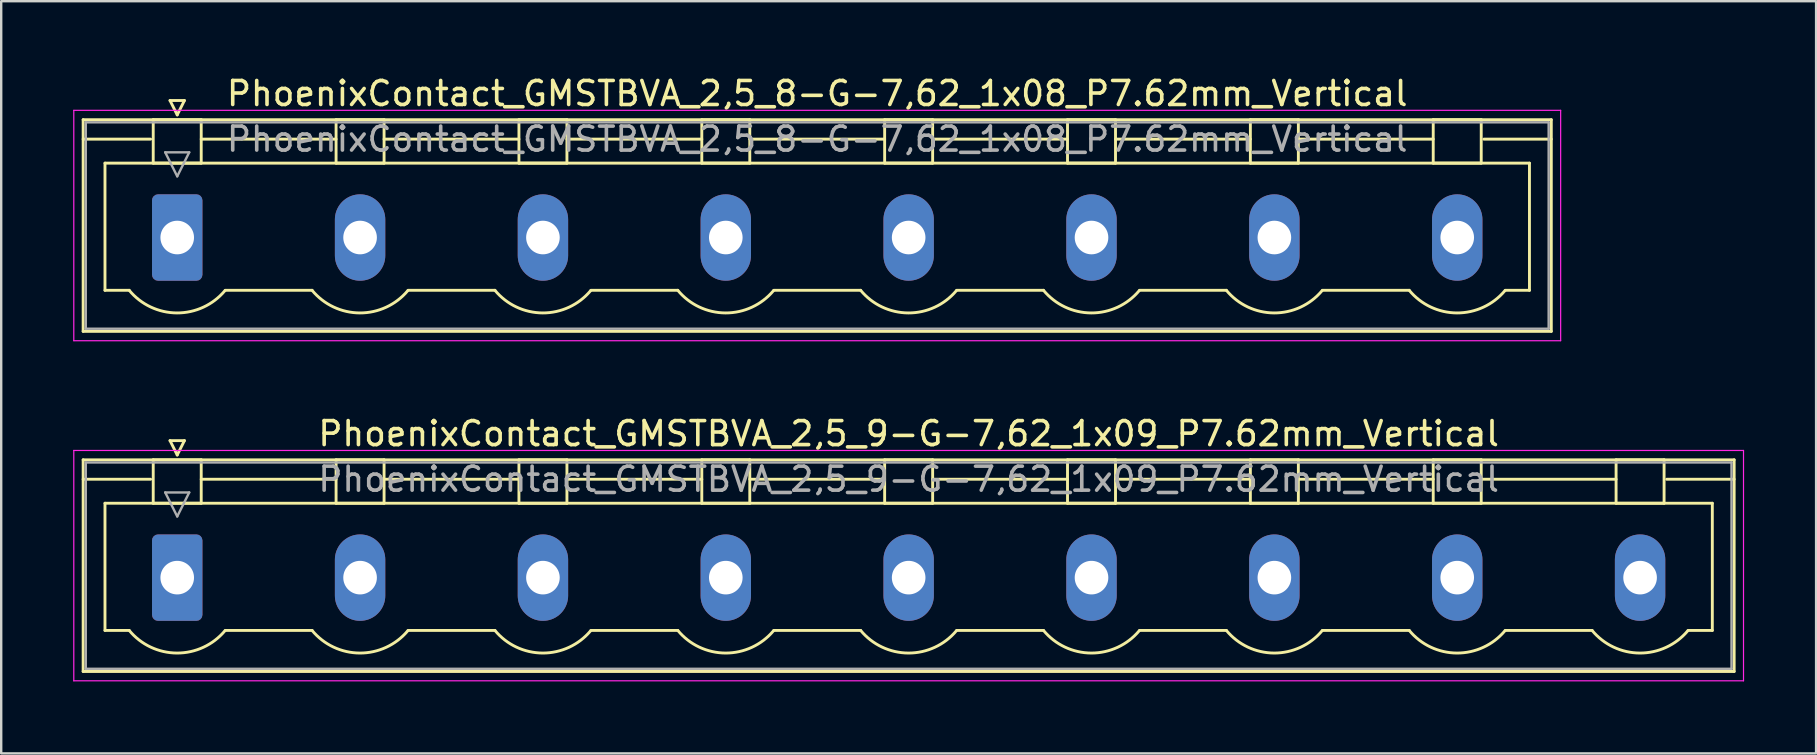
<source format=kicad_pcb>
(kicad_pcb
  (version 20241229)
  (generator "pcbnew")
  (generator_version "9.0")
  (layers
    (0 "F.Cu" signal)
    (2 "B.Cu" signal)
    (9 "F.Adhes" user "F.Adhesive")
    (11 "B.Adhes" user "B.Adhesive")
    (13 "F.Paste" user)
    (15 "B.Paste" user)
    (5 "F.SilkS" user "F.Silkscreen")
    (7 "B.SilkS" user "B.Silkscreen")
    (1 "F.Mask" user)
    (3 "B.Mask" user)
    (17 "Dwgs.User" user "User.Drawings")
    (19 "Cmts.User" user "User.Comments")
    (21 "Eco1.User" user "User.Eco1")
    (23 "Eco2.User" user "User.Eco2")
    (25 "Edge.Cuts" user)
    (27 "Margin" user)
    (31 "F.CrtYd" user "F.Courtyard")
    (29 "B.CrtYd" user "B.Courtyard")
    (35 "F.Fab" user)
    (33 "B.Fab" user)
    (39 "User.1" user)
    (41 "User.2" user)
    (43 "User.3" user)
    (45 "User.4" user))
  (footprint "PhoenixContact_GMSTBVA_2,5_8-G-7,62_1x08_P7.62mm_Vertical"
    (layer "F.Cu")
    (at 4.335 6.848)
    (property "Reference" "PhoenixContact_GMSTBVA_2,5_8-G-7,62_1x08_P7.62mm_Vertical" (at 26.67 -6 0) (layer "F.SilkS") (effects (font (size 1 1) (thickness 0.15))))
    (attr through_hole)
    (fp_line (start -3.92 -4.91) (end -3.92 3.91) (stroke (width 0.12) (type solid)) (layer "F.SilkS"))
    (fp_line (start -3.92 -4.1) (end -1.11 -4.1) (stroke (width 0.12) (type solid)) (layer "F.SilkS"))
    (fp_line (start -3.92 3.91) (end 57.26 3.91) (stroke (width 0.12) (type solid)) (layer "F.SilkS"))
    (fp_line (start -3.01 -3.1) (end 56.35 -3.1) (stroke (width 0.12) (type solid)) (layer "F.SilkS"))
    (fp_line (start -3.01 2.2) (end -3.01 -3.1) (stroke (width 0.12) (type solid)) (layer "F.SilkS"))
    (fp_line (start -2 2.2) (end -3.01 2.2) (stroke (width 0.12) (type solid)) (layer "F.SilkS"))
    (fp_line (start -1 -4.91) (end 1 -4.91) (stroke (width 0.12) (type solid)) (layer "F.SilkS"))
    (fp_line (start -1 -3.1) (end -1 -4.91) (stroke (width 0.12) (type solid)) (layer "F.SilkS"))
    (fp_line (start -0.3 -5.71) (end 0.3 -5.71) (stroke (width 0.12) (type solid)) (layer "F.SilkS"))
    (fp_line (start 0 -5.11) (end -0.3 -5.71) (stroke (width 0.12) (type solid)) (layer "F.SilkS"))
    (fp_line (start 0.3 -5.71) (end 0 -5.11) (stroke (width 0.12) (type solid)) (layer "F.SilkS"))
    (fp_line (start 1 -4.91) (end 1 -3.1) (stroke (width 0.12) (type solid)) (layer "F.SilkS"))
    (fp_line (start 1 -4.1) (end 6.62 -4.1) (stroke (width 0.12) (type solid)) (layer "F.SilkS"))
    (fp_line (start 1 -3.1) (end -1 -3.1) (stroke (width 0.12) (type solid)) (layer "F.SilkS"))
    (fp_line (start 2 2.2) (end 5.62 2.2) (stroke (width 0.12) (type solid)) (layer "F.SilkS"))
    (fp_line (start 6.62 -4.91) (end 8.62 -4.91) (stroke (width 0.12) (type solid)) (layer "F.SilkS"))
    (fp_line (start 6.62 -3.1) (end 6.62 -4.91) (stroke (width 0.12) (type solid)) (layer "F.SilkS"))
    (fp_line (start 8.62 -4.91) (end 8.62 -3.1) (stroke (width 0.12) (type solid)) (layer "F.SilkS"))
    (fp_line (start 8.62 -4.1) (end 14.24 -4.1) (stroke (width 0.12) (type solid)) (layer "F.SilkS"))
    (fp_line (start 8.62 -3.1) (end 6.62 -3.1) (stroke (width 0.12) (type solid)) (layer "F.SilkS"))
    (fp_line (start 9.62 2.2) (end 13.24 2.2) (stroke (width 0.12) (type solid)) (layer "F.SilkS"))
    (fp_line (start 14.24 -4.91) (end 16.24 -4.91) (stroke (width 0.12) (type solid)) (layer "F.SilkS"))
    (fp_line (start 14.24 -3.1) (end 14.24 -4.91) (stroke (width 0.12) (type solid)) (layer "F.SilkS"))
    (fp_line (start 16.24 -4.91) (end 16.24 -3.1) (stroke (width 0.12) (type solid)) (layer "F.SilkS"))
    (fp_line (start 16.24 -4.1) (end 21.86 -4.1) (stroke (width 0.12) (type solid)) (layer "F.SilkS"))
    (fp_line (start 16.24 -3.1) (end 14.24 -3.1) (stroke (width 0.12) (type solid)) (layer "F.SilkS"))
    (fp_line (start 17.24 2.2) (end 20.86 2.2) (stroke (width 0.12) (type solid)) (layer "F.SilkS"))
    (fp_line (start 21.86 -4.91) (end 23.86 -4.91) (stroke (width 0.12) (type solid)) (layer "F.SilkS"))
    (fp_line (start 21.86 -3.1) (end 21.86 -4.91) (stroke (width 0.12) (type solid)) (layer "F.SilkS"))
    (fp_line (start 23.86 -4.91) (end 23.86 -3.1) (stroke (width 0.12) (type solid)) (layer "F.SilkS"))
    (fp_line (start 23.86 -4.1) (end 29.48 -4.1) (stroke (width 0.12) (type solid)) (layer "F.SilkS"))
    (fp_line (start 23.86 -3.1) (end 21.86 -3.1) (stroke (width 0.12) (type solid)) (layer "F.SilkS"))
    (fp_line (start 24.86 2.2) (end 28.48 2.2) (stroke (width 0.12) (type solid)) (layer "F.SilkS"))
    (fp_line (start 29.48 -4.91) (end 31.48 -4.91) (stroke (width 0.12) (type solid)) (layer "F.SilkS"))
    (fp_line (start 29.48 -3.1) (end 29.48 -4.91) (stroke (width 0.12) (type solid)) (layer "F.SilkS"))
    (fp_line (start 31.48 -4.91) (end 31.48 -3.1) (stroke (width 0.12) (type solid)) (layer "F.SilkS"))
    (fp_line (start 31.48 -4.1) (end 37.1 -4.1) (stroke (width 0.12) (type solid)) (layer "F.SilkS"))
    (fp_line (start 31.48 -3.1) (end 29.48 -3.1) (stroke (width 0.12) (type solid)) (layer "F.SilkS"))
    (fp_line (start 32.48 2.2) (end 36.1 2.2) (stroke (width 0.12) (type solid)) (layer "F.SilkS"))
    (fp_line (start 37.1 -4.91) (end 39.1 -4.91) (stroke (width 0.12) (type solid)) (layer "F.SilkS"))
    (fp_line (start 37.1 -3.1) (end 37.1 -4.91) (stroke (width 0.12) (type solid)) (layer "F.SilkS"))
    (fp_line (start 39.1 -4.91) (end 39.1 -3.1) (stroke (width 0.12) (type solid)) (layer "F.SilkS"))
    (fp_line (start 39.1 -4.1) (end 44.72 -4.1) (stroke (width 0.12) (type solid)) (layer "F.SilkS"))
    (fp_line (start 39.1 -3.1) (end 37.1 -3.1) (stroke (width 0.12) (type solid)) (layer "F.SilkS"))
    (fp_line (start 40.1 2.2) (end 43.72 2.2) (stroke (width 0.12) (type solid)) (layer "F.SilkS"))
    (fp_line (start 44.72 -4.91) (end 46.72 -4.91) (stroke (width 0.12) (type solid)) (layer "F.SilkS"))
    (fp_line (start 44.72 -3.1) (end 44.72 -4.91) (stroke (width 0.12) (type solid)) (layer "F.SilkS"))
    (fp_line (start 46.72 -4.91) (end 46.72 -3.1) (stroke (width 0.12) (type solid)) (layer "F.SilkS"))
    (fp_line (start 46.72 -4.1) (end 52.34 -4.1) (stroke (width 0.12) (type solid)) (layer "F.SilkS"))
    (fp_line (start 46.72 -3.1) (end 44.72 -3.1) (stroke (width 0.12) (type solid)) (layer "F.SilkS"))
    (fp_line (start 47.72 2.2) (end 51.34 2.2) (stroke (width 0.12) (type solid)) (layer "F.SilkS"))
    (fp_line (start 52.34 -4.91) (end 54.34 -4.91) (stroke (width 0.12) (type solid)) (layer "F.SilkS"))
    (fp_line (start 52.34 -3.1) (end 52.34 -4.91) (stroke (width 0.12) (type solid)) (layer "F.SilkS"))
    (fp_line (start 54.34 -4.91) (end 54.34 -3.1) (stroke (width 0.12) (type solid)) (layer "F.SilkS"))
    (fp_line (start 54.34 -3.1) (end 52.34 -3.1) (stroke (width 0.12) (type solid)) (layer "F.SilkS"))
    (fp_line (start 56.35 -3.1) (end 56.35 2.2) (stroke (width 0.12) (type solid)) (layer "F.SilkS"))
    (fp_line (start 56.35 2.2) (end 55.34 2.2) (stroke (width 0.12) (type solid)) (layer "F.SilkS"))
    (fp_line (start 57.26 -4.91) (end -3.92 -4.91) (stroke (width 0.12) (type solid)) (layer "F.SilkS"))
    (fp_line (start 57.26 -4.1) (end 54.45 -4.1) (stroke (width 0.12) (type solid)) (layer "F.SilkS"))
    (fp_line (start 57.26 3.91) (end 57.26 -4.91) (stroke (width 0.12) (type solid)) (layer "F.SilkS"))
    (fp_arc (start 1.986842 2.215821) (mid -0.010289 3.142758) (end -2 2.2) (stroke (width 0.12) (type solid)) (layer "F.SilkS"))
    (fp_arc (start 9.606842 2.215821) (mid 7.609711 3.142758) (end 5.62 2.2) (stroke (width 0.12) (type solid)) (layer "F.SilkS"))
    (fp_arc (start 17.226842 2.215821) (mid 15.229711 3.142758) (end 13.24 2.2) (stroke (width 0.12) (type solid)) (layer "F.SilkS"))
    (fp_arc (start 24.846842 2.215821) (mid 22.849711 3.142758) (end 20.86 2.2) (stroke (width 0.12) (type solid)) (layer "F.SilkS"))
    (fp_arc (start 32.466842 2.215821) (mid 30.469711 3.142758) (end 28.48 2.2) (stroke (width 0.12) (type solid)) (layer "F.SilkS"))
    (fp_arc (start 40.086842 2.215821) (mid 38.089711 3.142758) (end 36.1 2.2) (stroke (width 0.12) (type solid)) (layer "F.SilkS"))
    (fp_arc (start 47.706842 2.215821) (mid 45.709711 3.142758) (end 43.72 2.2) (stroke (width 0.12) (type solid)) (layer "F.SilkS"))
    (fp_arc (start 55.326842 2.215821) (mid 53.329711 3.142758) (end 51.34 2.2) (stroke (width 0.12) (type solid)) (layer "F.SilkS"))
    (fp_line (start -4.31 -5.3) (end -4.31 4.3) (stroke (width 0.05) (type solid)) (layer "F.CrtYd"))
    (fp_line (start -4.31 4.3) (end 57.65 4.3) (stroke (width 0.05) (type solid)) (layer "F.CrtYd"))
    (fp_line (start 57.65 -5.3) (end -4.31 -5.3) (stroke (width 0.05) (type solid)) (layer "F.CrtYd"))
    (fp_line (start 57.65 4.3) (end 57.65 -5.3) (stroke (width 0.05) (type solid)) (layer "F.CrtYd"))
    (fp_line (start -3.81 -4.8) (end -3.81 3.8) (stroke (width 0.1) (type solid)) (layer "F.Fab"))
    (fp_line (start -3.81 3.8) (end 57.15 3.8) (stroke (width 0.1) (type solid)) (layer "F.Fab"))
    (fp_line (start -0.5 -3.55) (end 0.5 -3.55) (stroke (width 0.1) (type solid)) (layer "F.Fab"))
    (fp_line (start 0 -2.55) (end -0.5 -3.55) (stroke (width 0.1) (type solid)) (layer "F.Fab"))
    (fp_line (start 0.5 -3.55) (end 0 -2.55) (stroke (width 0.1) (type solid)) (layer "F.Fab"))
    (fp_line (start 57.15 -4.8) (end -3.81 -4.8) (stroke (width 0.1) (type solid)) (layer "F.Fab"))
    (fp_line (start 57.15 3.8) (end 57.15 -4.8) (stroke (width 0.1) (type solid)) (layer "F.Fab"))
    (fp_text user "${REFERENCE}" (at 26.67 -4.1 0) (layer "F.Fab") (effects (font (size 1 1) (thickness 0.15))))
    (pad "1" thru_hole roundrect (at 0 0) (size 2.1 3.6) (drill 1.4) (layers "*.Cu" "*.Mask") (roundrect_rratio 0.119))
    (pad "2" thru_hole oval (at 7.62 0) (size 2.1 3.6) (drill 1.4) (layers "*.Cu" "*.Mask"))
    (pad "3" thru_hole oval (at 15.24 0) (size 2.1 3.6) (drill 1.4) (layers "*.Cu" "*.Mask"))
    (pad "4" thru_hole oval (at 22.86 0) (size 2.1 3.6) (drill 1.4) (layers "*.Cu" "*.Mask"))
    (pad "5" thru_hole oval (at 30.48 0) (size 2.1 3.6) (drill 1.4) (layers "*.Cu" "*.Mask"))
    (pad "6" thru_hole oval (at 38.1 0) (size 2.1 3.6) (drill 1.4) (layers "*.Cu" "*.Mask"))
    (pad "7" thru_hole oval (at 45.72 0) (size 2.1 3.6) (drill 1.4) (layers "*.Cu" "*.Mask"))
    (pad "8" thru_hole oval (at 53.34 0) (size 2.1 3.6) (drill 1.4) (layers "*.Cu" "*.Mask")))
  (footprint "PhoenixContact_GMSTBVA_2,5_9-G-7,62_1x09_P7.62mm_Vertical"
    (layer "F.Cu")
    (at 4.335 21.021)
    (property "Reference" "PhoenixContact_GMSTBVA_2,5_9-G-7,62_1x09_P7.62mm_Vertical" (at 30.48 -6 0) (layer "F.SilkS") (effects (font (size 1 1) (thickness 0.15))))
    (attr through_hole)
    (fp_line (start -3.92 -4.91) (end -3.92 3.91) (stroke (width 0.12) (type solid)) (layer "F.SilkS"))
    (fp_line (start -3.92 -4.1) (end -1.11 -4.1) (stroke (width 0.12) (type solid)) (layer "F.SilkS"))
    (fp_line (start -3.92 3.91) (end 64.88 3.91) (stroke (width 0.12) (type solid)) (layer "F.SilkS"))
    (fp_line (start -3.01 -3.1) (end 63.97 -3.1) (stroke (width 0.12) (type solid)) (layer "F.SilkS"))
    (fp_line (start -3.01 2.2) (end -3.01 -3.1) (stroke (width 0.12) (type solid)) (layer "F.SilkS"))
    (fp_line (start -2 2.2) (end -3.01 2.2) (stroke (width 0.12) (type solid)) (layer "F.SilkS"))
    (fp_line (start -1 -4.91) (end 1 -4.91) (stroke (width 0.12) (type solid)) (layer "F.SilkS"))
    (fp_line (start -1 -3.1) (end -1 -4.91) (stroke (width 0.12) (type solid)) (layer "F.SilkS"))
    (fp_line (start -0.3 -5.71) (end 0.3 -5.71) (stroke (width 0.12) (type solid)) (layer "F.SilkS"))
    (fp_line (start 0 -5.11) (end -0.3 -5.71) (stroke (width 0.12) (type solid)) (layer "F.SilkS"))
    (fp_line (start 0.3 -5.71) (end 0 -5.11) (stroke (width 0.12) (type solid)) (layer "F.SilkS"))
    (fp_line (start 1 -4.91) (end 1 -3.1) (stroke (width 0.12) (type solid)) (layer "F.SilkS"))
    (fp_line (start 1 -4.1) (end 6.62 -4.1) (stroke (width 0.12) (type solid)) (layer "F.SilkS"))
    (fp_line (start 1 -3.1) (end -1 -3.1) (stroke (width 0.12) (type solid)) (layer "F.SilkS"))
    (fp_line (start 2 2.2) (end 5.62 2.2) (stroke (width 0.12) (type solid)) (layer "F.SilkS"))
    (fp_line (start 6.62 -4.91) (end 8.62 -4.91) (stroke (width 0.12) (type solid)) (layer "F.SilkS"))
    (fp_line (start 6.62 -3.1) (end 6.62 -4.91) (stroke (width 0.12) (type solid)) (layer "F.SilkS"))
    (fp_line (start 8.62 -4.91) (end 8.62 -3.1) (stroke (width 0.12) (type solid)) (layer "F.SilkS"))
    (fp_line (start 8.62 -4.1) (end 14.24 -4.1) (stroke (width 0.12) (type solid)) (layer "F.SilkS"))
    (fp_line (start 8.62 -3.1) (end 6.62 -3.1) (stroke (width 0.12) (type solid)) (layer "F.SilkS"))
    (fp_line (start 9.62 2.2) (end 13.24 2.2) (stroke (width 0.12) (type solid)) (layer "F.SilkS"))
    (fp_line (start 14.24 -4.91) (end 16.24 -4.91) (stroke (width 0.12) (type solid)) (layer "F.SilkS"))
    (fp_line (start 14.24 -3.1) (end 14.24 -4.91) (stroke (width 0.12) (type solid)) (layer "F.SilkS"))
    (fp_line (start 16.24 -4.91) (end 16.24 -3.1) (stroke (width 0.12) (type solid)) (layer "F.SilkS"))
    (fp_line (start 16.24 -4.1) (end 21.86 -4.1) (stroke (width 0.12) (type solid)) (layer "F.SilkS"))
    (fp_line (start 16.24 -3.1) (end 14.24 -3.1) (stroke (width 0.12) (type solid)) (layer "F.SilkS"))
    (fp_line (start 17.24 2.2) (end 20.86 2.2) (stroke (width 0.12) (type solid)) (layer "F.SilkS"))
    (fp_line (start 21.86 -4.91) (end 23.86 -4.91) (stroke (width 0.12) (type solid)) (layer "F.SilkS"))
    (fp_line (start 21.86 -3.1) (end 21.86 -4.91) (stroke (width 0.12) (type solid)) (layer "F.SilkS"))
    (fp_line (start 23.86 -4.91) (end 23.86 -3.1) (stroke (width 0.12) (type solid)) (layer "F.SilkS"))
    (fp_line (start 23.86 -4.1) (end 29.48 -4.1) (stroke (width 0.12) (type solid)) (layer "F.SilkS"))
    (fp_line (start 23.86 -3.1) (end 21.86 -3.1) (stroke (width 0.12) (type solid)) (layer "F.SilkS"))
    (fp_line (start 24.86 2.2) (end 28.48 2.2) (stroke (width 0.12) (type solid)) (layer "F.SilkS"))
    (fp_line (start 29.48 -4.91) (end 31.48 -4.91) (stroke (width 0.12) (type solid)) (layer "F.SilkS"))
    (fp_line (start 29.48 -3.1) (end 29.48 -4.91) (stroke (width 0.12) (type solid)) (layer "F.SilkS"))
    (fp_line (start 31.48 -4.91) (end 31.48 -3.1) (stroke (width 0.12) (type solid)) (layer "F.SilkS"))
    (fp_line (start 31.48 -4.1) (end 37.1 -4.1) (stroke (width 0.12) (type solid)) (layer "F.SilkS"))
    (fp_line (start 31.48 -3.1) (end 29.48 -3.1) (stroke (width 0.12) (type solid)) (layer "F.SilkS"))
    (fp_line (start 32.48 2.2) (end 36.1 2.2) (stroke (width 0.12) (type solid)) (layer "F.SilkS"))
    (fp_line (start 37.1 -4.91) (end 39.1 -4.91) (stroke (width 0.12) (type solid)) (layer "F.SilkS"))
    (fp_line (start 37.1 -3.1) (end 37.1 -4.91) (stroke (width 0.12) (type solid)) (layer "F.SilkS"))
    (fp_line (start 39.1 -4.91) (end 39.1 -3.1) (stroke (width 0.12) (type solid)) (layer "F.SilkS"))
    (fp_line (start 39.1 -4.1) (end 44.72 -4.1) (stroke (width 0.12) (type solid)) (layer "F.SilkS"))
    (fp_line (start 39.1 -3.1) (end 37.1 -3.1) (stroke (width 0.12) (type solid)) (layer "F.SilkS"))
    (fp_line (start 40.1 2.2) (end 43.72 2.2) (stroke (width 0.12) (type solid)) (layer "F.SilkS"))
    (fp_line (start 44.72 -4.91) (end 46.72 -4.91) (stroke (width 0.12) (type solid)) (layer "F.SilkS"))
    (fp_line (start 44.72 -3.1) (end 44.72 -4.91) (stroke (width 0.12) (type solid)) (layer "F.SilkS"))
    (fp_line (start 46.72 -4.91) (end 46.72 -3.1) (stroke (width 0.12) (type solid)) (layer "F.SilkS"))
    (fp_line (start 46.72 -4.1) (end 52.34 -4.1) (stroke (width 0.12) (type solid)) (layer "F.SilkS"))
    (fp_line (start 46.72 -3.1) (end 44.72 -3.1) (stroke (width 0.12) (type solid)) (layer "F.SilkS"))
    (fp_line (start 47.72 2.2) (end 51.34 2.2) (stroke (width 0.12) (type solid)) (layer "F.SilkS"))
    (fp_line (start 52.34 -4.91) (end 54.34 -4.91) (stroke (width 0.12) (type solid)) (layer "F.SilkS"))
    (fp_line (start 52.34 -3.1) (end 52.34 -4.91) (stroke (width 0.12) (type solid)) (layer "F.SilkS"))
    (fp_line (start 54.34 -4.91) (end 54.34 -3.1) (stroke (width 0.12) (type solid)) (layer "F.SilkS"))
    (fp_line (start 54.34 -4.1) (end 59.96 -4.1) (stroke (width 0.12) (type solid)) (layer "F.SilkS"))
    (fp_line (start 54.34 -3.1) (end 52.34 -3.1) (stroke (width 0.12) (type solid)) (layer "F.SilkS"))
    (fp_line (start 55.34 2.2) (end 58.96 2.2) (stroke (width 0.12) (type solid)) (layer "F.SilkS"))
    (fp_line (start 59.96 -4.91) (end 61.96 -4.91) (stroke (width 0.12) (type solid)) (layer "F.SilkS"))
    (fp_line (start 59.96 -3.1) (end 59.96 -4.91) (stroke (width 0.12) (type solid)) (layer "F.SilkS"))
    (fp_line (start 61.96 -4.91) (end 61.96 -3.1) (stroke (width 0.12) (type solid)) (layer "F.SilkS"))
    (fp_line (start 61.96 -3.1) (end 59.96 -3.1) (stroke (width 0.12) (type solid)) (layer "F.SilkS"))
    (fp_line (start 63.97 -3.1) (end 63.97 2.2) (stroke (width 0.12) (type solid)) (layer "F.SilkS"))
    (fp_line (start 63.97 2.2) (end 62.96 2.2) (stroke (width 0.12) (type solid)) (layer "F.SilkS"))
    (fp_line (start 64.88 -4.91) (end -3.92 -4.91) (stroke (width 0.12) (type solid)) (layer "F.SilkS"))
    (fp_line (start 64.88 -4.1) (end 62.07 -4.1) (stroke (width 0.12) (type solid)) (layer "F.SilkS"))
    (fp_line (start 64.88 3.91) (end 64.88 -4.91) (stroke (width 0.12) (type solid)) (layer "F.SilkS"))
    (fp_arc (start 1.986842 2.215821) (mid -0.010289 3.142758) (end -2 2.2) (stroke (width 0.12) (type solid)) (layer "F.SilkS"))
    (fp_arc (start 9.606842 2.215821) (mid 7.609711 3.142758) (end 5.62 2.2) (stroke (width 0.12) (type solid)) (layer "F.SilkS"))
    (fp_arc (start 17.226842 2.215821) (mid 15.229711 3.142758) (end 13.24 2.2) (stroke (width 0.12) (type solid)) (layer "F.SilkS"))
    (fp_arc (start 24.846842 2.215821) (mid 22.849711 3.142758) (end 20.86 2.2) (stroke (width 0.12) (type solid)) (layer "F.SilkS"))
    (fp_arc (start 32.466842 2.215821) (mid 30.469711 3.142758) (end 28.48 2.2) (stroke (width 0.12) (type solid)) (layer "F.SilkS"))
    (fp_arc (start 40.086842 2.215821) (mid 38.089711 3.142758) (end 36.1 2.2) (stroke (width 0.12) (type solid)) (layer "F.SilkS"))
    (fp_arc (start 47.706842 2.215821) (mid 45.709711 3.142758) (end 43.72 2.2) (stroke (width 0.12) (type solid)) (layer "F.SilkS"))
    (fp_arc (start 55.326842 2.215821) (mid 53.329711 3.142758) (end 51.34 2.2) (stroke (width 0.12) (type solid)) (layer "F.SilkS"))
    (fp_arc (start 62.946842 2.215821) (mid 60.949711 3.142758) (end 58.96 2.2) (stroke (width 0.12) (type solid)) (layer "F.SilkS"))
    (fp_line (start -4.31 -5.3) (end -4.31 4.3) (stroke (width 0.05) (type solid)) (layer "F.CrtYd"))
    (fp_line (start -4.31 4.3) (end 65.27 4.3) (stroke (width 0.05) (type solid)) (layer "F.CrtYd"))
    (fp_line (start 65.27 -5.3) (end -4.31 -5.3) (stroke (width 0.05) (type solid)) (layer "F.CrtYd"))
    (fp_line (start 65.27 4.3) (end 65.27 -5.3) (stroke (width 0.05) (type solid)) (layer "F.CrtYd"))
    (fp_line (start -3.81 -4.8) (end -3.81 3.8) (stroke (width 0.1) (type solid)) (layer "F.Fab"))
    (fp_line (start -3.81 3.8) (end 64.77 3.8) (stroke (width 0.1) (type solid)) (layer "F.Fab"))
    (fp_line (start -0.5 -3.55) (end 0.5 -3.55) (stroke (width 0.1) (type solid)) (layer "F.Fab"))
    (fp_line (start 0 -2.55) (end -0.5 -3.55) (stroke (width 0.1) (type solid)) (layer "F.Fab"))
    (fp_line (start 0.5 -3.55) (end 0 -2.55) (stroke (width 0.1) (type solid)) (layer "F.Fab"))
    (fp_line (start 64.77 -4.8) (end -3.81 -4.8) (stroke (width 0.1) (type solid)) (layer "F.Fab"))
    (fp_line (start 64.77 3.8) (end 64.77 -4.8) (stroke (width 0.1) (type solid)) (layer "F.Fab"))
    (fp_text user "${REFERENCE}" (at 30.48 -4.1 0) (layer "F.Fab") (effects (font (size 1 1) (thickness 0.15))))
    (pad "1" thru_hole roundrect (at 0 0) (size 2.1 3.6) (drill 1.4) (layers "*.Cu" "*.Mask") (roundrect_rratio 0.119))
    (pad "2" thru_hole oval (at 7.62 0) (size 2.1 3.6) (drill 1.4) (layers "*.Cu" "*.Mask"))
    (pad "3" thru_hole oval (at 15.24 0) (size 2.1 3.6) (drill 1.4) (layers "*.Cu" "*.Mask"))
    (pad "4" thru_hole oval (at 22.86 0) (size 2.1 3.6) (drill 1.4) (layers "*.Cu" "*.Mask"))
    (pad "5" thru_hole oval (at 30.48 0) (size 2.1 3.6) (drill 1.4) (layers "*.Cu" "*.Mask"))
    (pad "6" thru_hole oval (at 38.1 0) (size 2.1 3.6) (drill 1.4) (layers "*.Cu" "*.Mask"))
    (pad "7" thru_hole oval (at 45.72 0) (size 2.1 3.6) (drill 1.4) (layers "*.Cu" "*.Mask"))
    (pad "8" thru_hole oval (at 53.34 0) (size 2.1 3.6) (drill 1.4) (layers "*.Cu" "*.Mask"))
    (pad "9" thru_hole oval (at 60.96 0) (size 2.1 3.6) (drill 1.4) (layers "*.Cu" "*.Mask")))
  (gr_rect
    (start -3 -3)
    (end 72.63 28.346)
    (stroke (width 0.1) (type default))
    (fill no)
    (layer "Edge.Cuts")))
</source>
